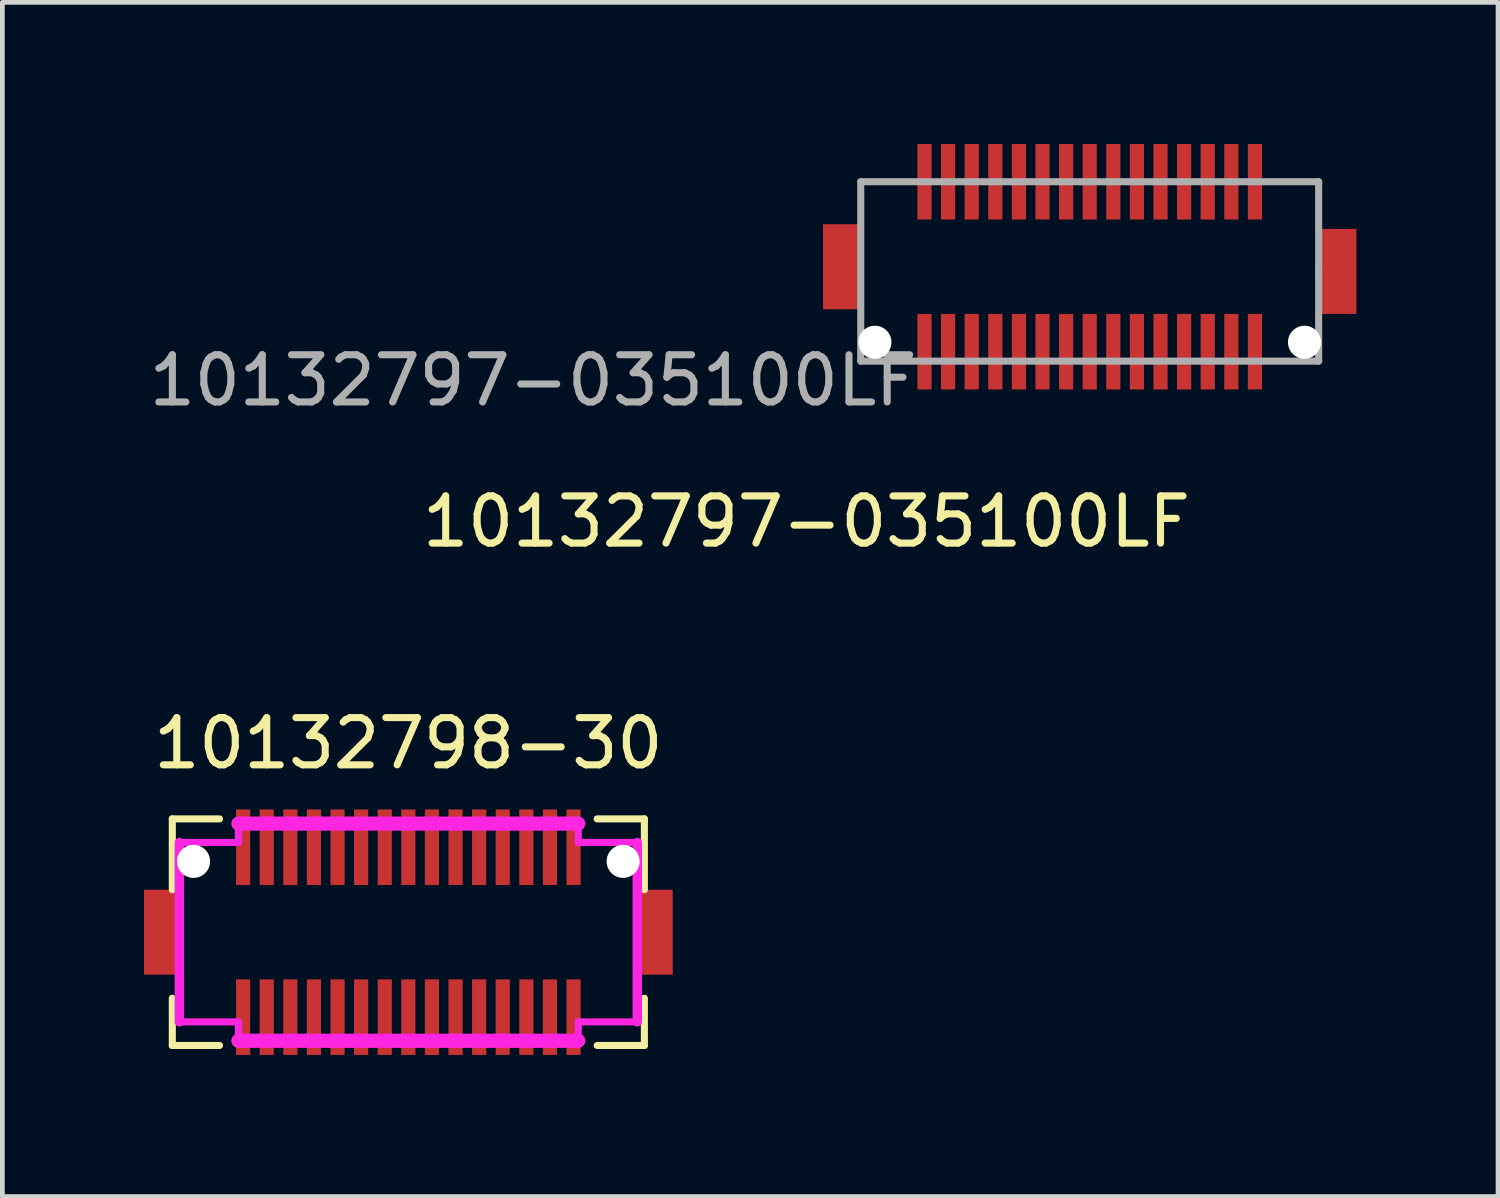
<source format=kicad_pcb>
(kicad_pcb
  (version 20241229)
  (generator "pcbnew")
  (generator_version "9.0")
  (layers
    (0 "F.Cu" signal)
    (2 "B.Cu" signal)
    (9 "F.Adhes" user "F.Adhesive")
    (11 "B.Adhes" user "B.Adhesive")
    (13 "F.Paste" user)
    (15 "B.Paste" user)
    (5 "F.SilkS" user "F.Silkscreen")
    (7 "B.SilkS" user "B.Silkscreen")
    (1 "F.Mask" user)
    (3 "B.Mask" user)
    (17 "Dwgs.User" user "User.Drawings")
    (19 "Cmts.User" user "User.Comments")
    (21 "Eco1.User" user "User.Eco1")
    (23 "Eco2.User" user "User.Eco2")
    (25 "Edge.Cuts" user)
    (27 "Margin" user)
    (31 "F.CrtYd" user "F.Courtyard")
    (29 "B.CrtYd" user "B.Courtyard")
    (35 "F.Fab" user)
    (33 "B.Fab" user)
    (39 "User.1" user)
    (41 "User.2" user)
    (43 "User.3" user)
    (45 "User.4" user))
  (footprint "10132798-30"
    (layer "F.Cu")
    (at 5.6 16.697)
    (property "Reference" "10132798-30" (at 0 -4 0) (layer "F.SilkS") (effects (font (size 1 1) (thickness 0.15))))
    (attr through_hole)
    (fp_line (start -5 -2.4) (end -4 -2.4) (stroke (width 0.15) (type solid)) (layer "F.SilkS"))
    (fp_line (start -5 -0.9) (end -5 -2.4) (stroke (width 0.15) (type solid)) (layer "F.SilkS"))
    (fp_line (start -5 1.4) (end -5 2.4) (stroke (width 0.15) (type solid)) (layer "F.SilkS"))
    (fp_line (start -5 2.4) (end -4 2.4) (stroke (width 0.15) (type solid)) (layer "F.SilkS"))
    (fp_line (start 4 -2.4) (end 5 -2.4) (stroke (width 0.15) (type solid)) (layer "F.SilkS"))
    (fp_line (start 4 2.4) (end 5 2.4) (stroke (width 0.15) (type solid)) (layer "F.SilkS"))
    (fp_line (start 5 -2.4) (end 5 -0.9) (stroke (width 0.15) (type solid)) (layer "F.SilkS"))
    (fp_line (start 5 2.4) (end 5 1.4) (stroke (width 0.15) (type solid)) (layer "F.SilkS"))
    (fp_line (start -4.85 -1.9) (end -3.6 -1.9) (stroke (width 0.15) (type solid)) (layer "F.CrtYd"))
    (fp_line (start -4.85 1.9) (end -4.85 -1.9) (stroke (width 0.2) (type solid)) (layer "F.CrtYd"))
    (fp_line (start -3.6 -2.3) (end 3.6 -2.3) (stroke (width 0.3) (type solid)) (layer "F.CrtYd"))
    (fp_line (start -3.6 -1.9) (end -3.6 -2.3) (stroke (width 0.15) (type solid)) (layer "F.CrtYd"))
    (fp_line (start -3.6 1.9) (end -4.85 1.9) (stroke (width 0.15) (type solid)) (layer "F.CrtYd"))
    (fp_line (start -3.6 2.3) (end -3.6 1.9) (stroke (width 0.15) (type solid)) (layer "F.CrtYd"))
    (fp_line (start -3.6 2.3) (end 3.6 2.3) (stroke (width 0.3) (type solid)) (layer "F.CrtYd"))
    (fp_line (start 3.6 -2.3) (end 3.6 -1.9) (stroke (width 0.15) (type solid)) (layer "F.CrtYd"))
    (fp_line (start 3.6 -1.9) (end 4.85 -1.9) (stroke (width 0.15) (type solid)) (layer "F.CrtYd"))
    (fp_line (start 3.6 1.9) (end 3.6 2.3) (stroke (width 0.15) (type solid)) (layer "F.CrtYd"))
    (fp_line (start 3.6 1.9) (end 4.85 1.9) (stroke (width 0.15) (type solid)) (layer "F.CrtYd"))
    (fp_line (start 4.85 -1.9) (end 4.85 1.9) (stroke (width 0.2) (type solid)) (layer "F.CrtYd"))
    (pad "" np_thru_hole circle (at -4.55 -1.5) (size 0.7 0.7) (drill 0.7) (layers "*.Cu" "*.Mask"))
    (pad "" np_thru_hole circle (at 4.55 -1.5) (size 0.7 0.7) (drill 0.7) (layers "*.Cu" "*.Mask"))
    (pad "1" smd rect (at -3.5 -1.8) (size 0.3 1.6) (layers "F.Cu" "F.Mask" "F.Paste"))
    (pad "2" smd rect (at -3 -1.8) (size 0.3 1.6) (layers "F.Cu" "F.Mask" "F.Paste"))
    (pad "3" smd rect (at -2.5 -1.8) (size 0.3 1.6) (layers "F.Cu" "F.Mask" "F.Paste"))
    (pad "4" smd rect (at -2 -1.8) (size 0.3 1.6) (layers "F.Cu" "F.Mask" "F.Paste"))
    (pad "5" smd rect (at -1.5 -1.8) (size 0.3 1.6) (layers "F.Cu" "F.Mask" "F.Paste"))
    (pad "6" smd rect (at -1 -1.8) (size 0.3 1.6) (layers "F.Cu" "F.Mask" "F.Paste"))
    (pad "7" smd rect (at -0.5 -1.8) (size 0.3 1.6) (layers "F.Cu" "F.Mask" "F.Paste"))
    (pad "8" smd rect (at 0 -1.8) (size 0.3 1.6) (layers "F.Cu" "F.Mask" "F.Paste"))
    (pad "9" smd rect (at 0.5 -1.8) (size 0.3 1.6) (layers "F.Cu" "F.Mask" "F.Paste"))
    (pad "10" smd rect (at 1 -1.8) (size 0.3 1.6) (layers "F.Cu" "F.Mask" "F.Paste"))
    (pad "11" smd rect (at 1.5 -1.8) (size 0.3 1.6) (layers "F.Cu" "F.Mask" "F.Paste"))
    (pad "12" smd rect (at 2 -1.8) (size 0.3 1.6) (layers "F.Cu" "F.Mask" "F.Paste"))
    (pad "13" smd rect (at 2.5 -1.8) (size 0.3 1.6) (layers "F.Cu" "F.Mask" "F.Paste"))
    (pad "14" smd rect (at 3 -1.8) (size 0.3 1.6) (layers "F.Cu" "F.Mask" "F.Paste"))
    (pad "15" smd rect (at 3.5 -1.8) (size 0.3 1.6) (layers "F.Cu" "F.Mask" "F.Paste"))
    (pad "16" smd rect (at -3.5 1.8) (size 0.3 1.6) (layers "F.Cu" "F.Mask" "F.Paste"))
    (pad "17" smd rect (at -3 1.8) (size 0.3 1.6) (layers "F.Cu" "F.Mask" "F.Paste"))
    (pad "18" smd rect (at -2.5 1.8) (size 0.3 1.6) (layers "F.Cu" "F.Mask" "F.Paste"))
    (pad "19" smd rect (at -2 1.8) (size 0.3 1.6) (layers "F.Cu" "F.Mask" "F.Paste"))
    (pad "20" smd rect (at -1.5 1.8) (size 0.3 1.6) (layers "F.Cu" "F.Mask" "F.Paste"))
    (pad "21" smd rect (at -1 1.8) (size 0.3 1.6) (layers "F.Cu" "F.Mask" "F.Paste"))
    (pad "22" smd rect (at -0.5 1.8) (size 0.3 1.6) (layers "F.Cu" "F.Mask" "F.Paste"))
    (pad "23" smd rect (at 0 1.8) (size 0.3 1.6) (layers "F.Cu" "F.Mask" "F.Paste"))
    (pad "24" smd rect (at 0.5 1.8) (size 0.3 1.6) (layers "F.Cu" "F.Mask" "F.Paste"))
    (pad "25" smd rect (at 1 1.8) (size 0.3 1.6) (layers "F.Cu" "F.Mask" "F.Paste"))
    (pad "26" smd rect (at 1.5 1.8) (size 0.3 1.6) (layers "F.Cu" "F.Mask" "F.Paste"))
    (pad "27" smd rect (at 2 1.8) (size 0.3 1.6) (layers "F.Cu" "F.Mask" "F.Paste"))
    (pad "28" smd rect (at 2.5 1.8) (size 0.3 1.6) (layers "F.Cu" "F.Mask" "F.Paste"))
    (pad "29" smd rect (at 3 1.8) (size 0.3 1.6) (layers "F.Cu" "F.Mask" "F.Paste"))
    (pad "30" smd rect (at 3.5 1.8) (size 0.3 1.6) (layers "F.Cu" "F.Mask" "F.Paste"))
    (pad "Tab" smd rect (at -5.2 0) (size 0.8 1.8) (layers "F.Cu" "F.Mask" "F.Paste"))
    (pad "Tab" smd rect (at 5.2 0) (size 0.8 1.8) (layers "F.Cu" "F.Mask" "F.Paste")))
  (footprint "10132797-035100LF"
    (layer "F.Cu")
    (at 14.034 7.5)
    (property "Reference" "10132797-035100LF" (at 0 0.5 0) (layer "F.SilkS") (effects (font (size 1 1) (thickness 0.15))))
    (attr through_hole)
    (fp_line (start 1.15 -6.7) (end 1.15 -2.9) (stroke (width 0.15) (type solid)) (layer "F.Fab"))
    (fp_line (start 6 -6.7) (end 1.15 -6.7) (stroke (width 0.15) (type solid)) (layer "F.Fab"))
    (fp_line (start 6 -6.7) (end 10.85 -6.7) (stroke (width 0.15) (type solid)) (layer "F.Fab"))
    (fp_line (start 10.85 -4.8) (end 10.85 -6.7) (stroke (width 0.15) (type solid)) (layer "F.Fab"))
    (fp_line (start 10.85 -4.8) (end 10.85 -2.9) (stroke (width 0.15) (type solid)) (layer "F.Fab"))
    (fp_line (start 10.85 -2.9) (end 1.15 -2.9) (stroke (width 0.15) (type solid)) (layer "F.Fab"))
    (fp_text user "${REFERENCE}" (at -5.79 -2.49 0) (layer "F.Fab") (effects (font (size 1 1) (thickness 0.15))))
    (pad "" np_thru_hole circle (at 1.45 -3.3) (size 0.7 0.7) (drill 0.7) (layers "*.Cu" "*.Mask"))
    (pad "" np_thru_hole circle (at 10.55 -3.3) (size 0.7 0.7) (drill 0.7) (layers "*.Cu" "*.Mask"))
    (pad "1" smd rect (at 2.5 -3.1) (size 0.3 1.6) (layers "F.Cu" "F.Mask" "F.Paste"))
    (pad "2" smd rect (at 3 -3.1) (size 0.3 1.6) (layers "F.Cu" "F.Mask" "F.Paste"))
    (pad "3" smd rect (at 3.5 -3.1) (size 0.3 1.6) (layers "F.Cu" "F.Mask" "F.Paste"))
    (pad "4" smd rect (at 4 -3.1) (size 0.3 1.6) (layers "F.Cu" "F.Mask" "F.Paste"))
    (pad "5" smd rect (at 4.5 -3.1) (size 0.3 1.6) (layers "F.Cu" "F.Mask" "F.Paste"))
    (pad "6" smd rect (at 5 -3.1) (size 0.3 1.6) (layers "F.Cu" "F.Mask" "F.Paste"))
    (pad "7" smd rect (at 5.5 -3.1) (size 0.3 1.6) (layers "F.Cu" "F.Mask" "F.Paste"))
    (pad "8" smd rect (at 6 -3.1) (size 0.3 1.6) (layers "F.Cu" "F.Mask" "F.Paste"))
    (pad "9" smd rect (at 6.5 -3.1) (size 0.3 1.6) (layers "F.Cu" "F.Mask" "F.Paste"))
    (pad "10" smd rect (at 7 -3.1) (size 0.3 1.6) (layers "F.Cu" "F.Mask" "F.Paste"))
    (pad "11" smd rect (at 7.5 -3.1) (size 0.3 1.6) (layers "F.Cu" "F.Mask" "F.Paste"))
    (pad "12" smd rect (at 8 -3.1) (size 0.3 1.6) (layers "F.Cu" "F.Mask" "F.Paste"))
    (pad "13" smd rect (at 8.5 -3.1) (size 0.3 1.6) (layers "F.Cu" "F.Mask" "F.Paste"))
    (pad "14" smd rect (at 9 -3.1) (size 0.3 1.6) (layers "F.Cu" "F.Mask" "F.Paste"))
    (pad "15" smd rect (at 9.5 -3.1) (size 0.3 1.6) (layers "F.Cu" "F.Mask" "F.Paste"))
    (pad "16" smd rect (at 2.5 -6.7) (size 0.3 1.6) (layers "F.Cu" "F.Mask" "F.Paste"))
    (pad "17" smd rect (at 3 -6.7) (size 0.3 1.6) (layers "F.Cu" "F.Mask" "F.Paste"))
    (pad "18" smd rect (at 3.5 -6.7) (size 0.3 1.6) (layers "F.Cu" "F.Mask" "F.Paste"))
    (pad "19" smd rect (at 4 -6.7) (size 0.3 1.6) (layers "F.Cu" "F.Mask" "F.Paste"))
    (pad "20" smd rect (at 4.5 -6.7) (size 0.3 1.6) (layers "F.Cu" "F.Mask" "F.Paste"))
    (pad "21" smd rect (at 5 -6.7) (size 0.3 1.6) (layers "F.Cu" "F.Mask" "F.Paste"))
    (pad "22" smd rect (at 5.5 -6.7) (size 0.3 1.6) (layers "F.Cu" "F.Mask" "F.Paste"))
    (pad "23" smd rect (at 6 -6.7) (size 0.3 1.6) (layers "F.Cu" "F.Mask" "F.Paste"))
    (pad "24" smd rect (at 6.5 -6.7) (size 0.3 1.6) (layers "F.Cu" "F.Mask" "F.Paste"))
    (pad "25" smd rect (at 7 -6.7) (size 0.3 1.6) (layers "F.Cu" "F.Mask" "F.Paste"))
    (pad "26" smd rect (at 7.5 -6.7) (size 0.3 1.6) (layers "F.Cu" "F.Mask" "F.Paste"))
    (pad "27" smd rect (at 8 -6.7) (size 0.3 1.6) (layers "F.Cu" "F.Mask" "F.Paste"))
    (pad "28" smd rect (at 8.5 -6.7) (size 0.3 1.6) (layers "F.Cu" "F.Mask" "F.Paste"))
    (pad "29" smd rect (at 9 -6.7) (size 0.3 1.6) (layers "F.Cu" "F.Mask" "F.Paste"))
    (pad "30" smd rect (at 9.5 -6.7) (size 0.3 1.6) (layers "F.Cu" "F.Mask" "F.Paste"))
    (pad "Tab" smd rect (at 0.75 -4.9) (size 0.8 1.8) (layers "F.Cu" "F.Mask" "F.Paste"))
    (pad "Tab" smd rect (at 11.25 -4.8) (size 0.8 1.8) (layers "F.Cu" "F.Mask" "F.Paste")))
  (gr_rect
    (start -3 -3)
    (end 28.684 22.297)
    (stroke (width 0.1) (type default))
    (fill no)
    (layer "Edge.Cuts")))
</source>
